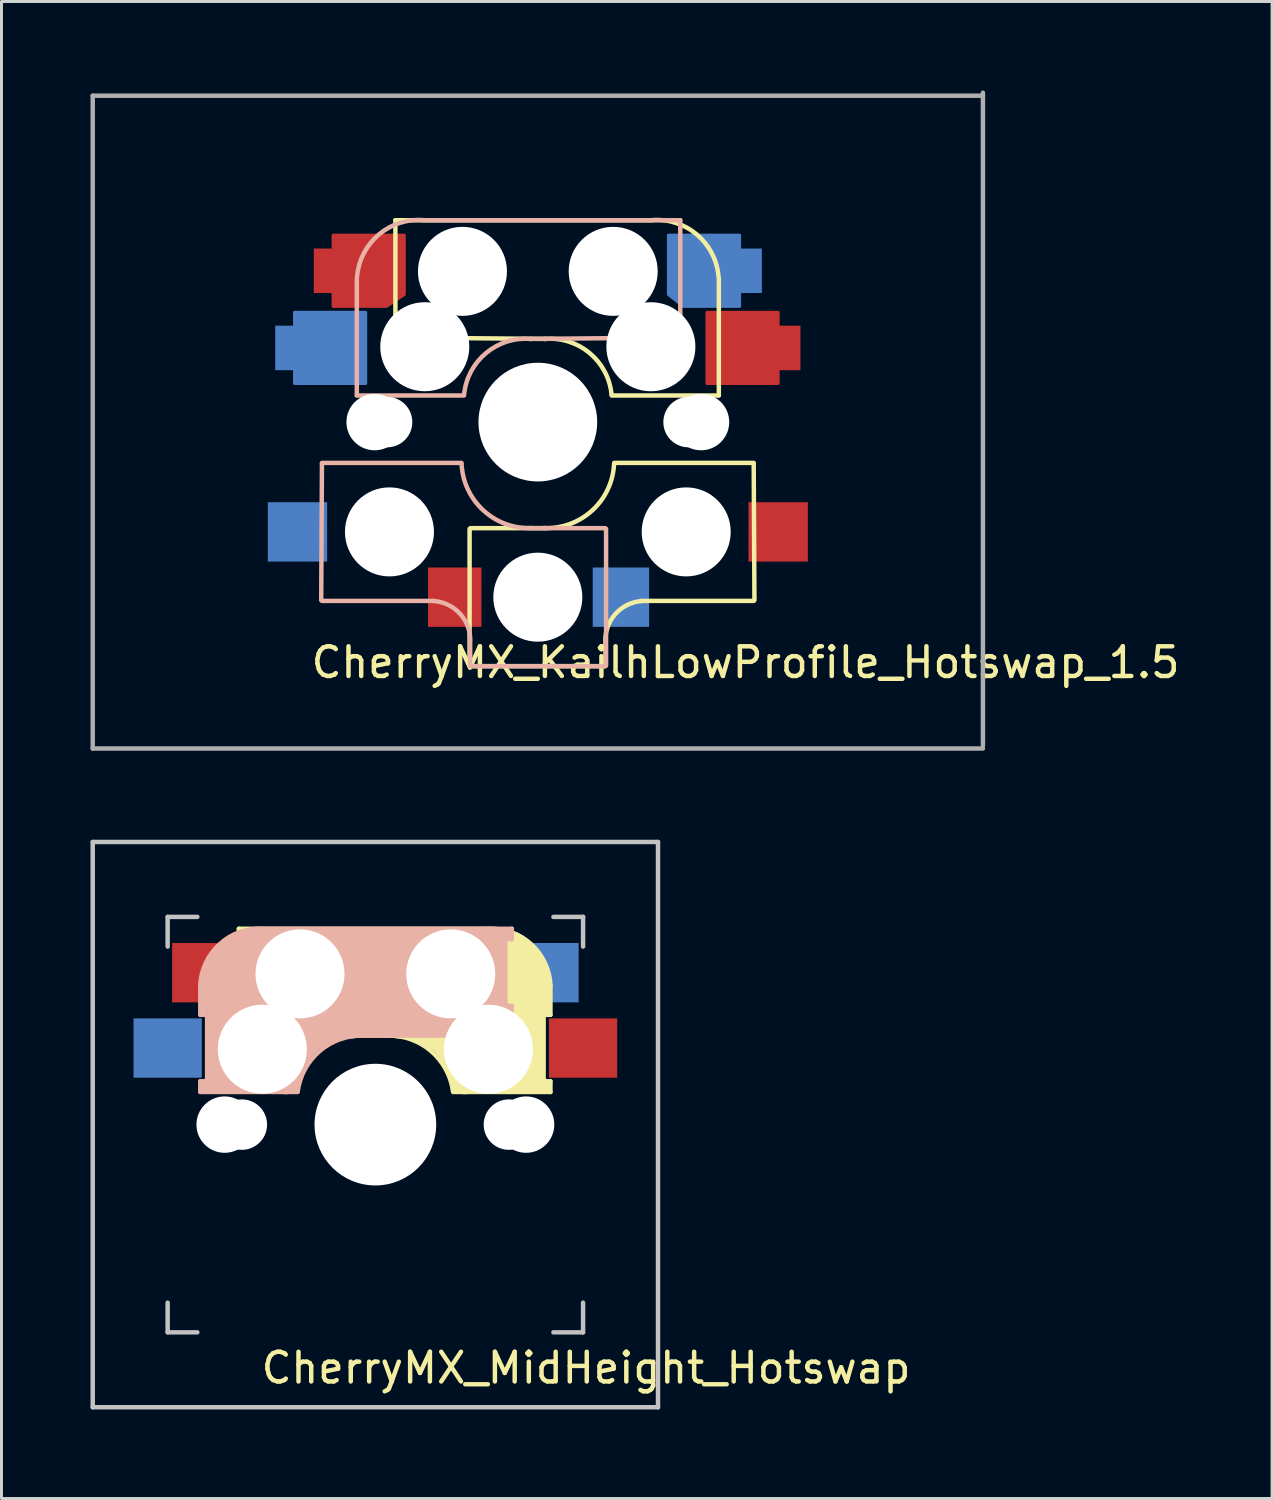
<source format=kicad_pcb>
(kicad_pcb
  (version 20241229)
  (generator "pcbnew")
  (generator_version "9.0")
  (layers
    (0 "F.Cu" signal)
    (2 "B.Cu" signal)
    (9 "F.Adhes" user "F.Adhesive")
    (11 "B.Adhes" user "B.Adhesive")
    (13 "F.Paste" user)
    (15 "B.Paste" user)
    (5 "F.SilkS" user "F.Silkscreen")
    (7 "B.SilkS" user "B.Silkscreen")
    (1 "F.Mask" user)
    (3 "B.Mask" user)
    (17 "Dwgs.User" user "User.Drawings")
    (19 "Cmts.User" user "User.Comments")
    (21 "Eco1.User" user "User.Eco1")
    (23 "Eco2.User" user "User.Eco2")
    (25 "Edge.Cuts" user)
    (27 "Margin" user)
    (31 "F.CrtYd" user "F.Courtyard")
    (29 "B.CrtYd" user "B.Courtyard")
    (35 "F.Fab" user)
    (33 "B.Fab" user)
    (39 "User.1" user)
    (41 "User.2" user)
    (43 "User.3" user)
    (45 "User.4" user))
  (footprint "CherryMX_KailhLowProfile_Hotswap_1.5"
    (layer "F.Cu")
    (at 15.075 11.175)
    (property "Reference" "CherryMX_KailhLowProfile_Hotswap_1.5" (at 7 8.1 0) (layer "F.SilkS") (effects (font (size 1 1) (thickness 0.15))))
    (attr through_hole)
    (fp_line (start -4.8 -6.804) (end 3.825 -6.804) (stroke (width 0.15) (type solid)) (layer "F.SilkS"))
    (fp_line (start -4.8 -2.896) (end -4.8 -6.804) (stroke (width 0.15) (type solid)) (layer "F.SilkS"))
    (fp_line (start -4.8 -2.85) (end 0.25 -2.804) (stroke (width 0.15) (type solid)) (layer "F.SilkS"))
    (fp_line (start -2.3 3.6) (end -2.3 8.2) (stroke (width 0.15) (type solid)) (layer "F.SilkS"))
    (fp_line (start -2.275 3.575) (end 0.275 3.575) (stroke (width 0.15) (type solid)) (layer "F.SilkS"))
    (fp_line (start -2.275 8.225) (end 2.275 8.225) (stroke (width 0.15) (type solid)) (layer "F.SilkS"))
    (fp_line (start 2.28 7.5) (end 2.28 8.2) (stroke (width 0.15) (type solid)) (layer "F.SilkS"))
    (fp_line (start 2.575 1.375) (end 7.275 1.375) (stroke (width 0.15) (type solid)) (layer "F.SilkS"))
    (fp_line (start 3.5 6.025) (end 7.275 6.025) (stroke (width 0.15) (type solid)) (layer "F.SilkS"))
    (fp_line (start 6.1 -4.85) (end 6.1 -0.905) (stroke (width 0.15) (type solid)) (layer "F.SilkS"))
    (fp_line (start 6.1 -0.896) (end 2.49 -0.896) (stroke (width 0.15) (type solid)) (layer "F.SilkS"))
    (fp_line (start 7.275 1.4) (end 7.3 6) (stroke (width 0.15) (type solid)) (layer "F.SilkS"))
    (fp_arc (start 0.225 -2.8) (mid 1.744361 -2.328062) (end 2.485001 -0.920001) (stroke (width 0.15) (type solid)) (layer "F.SilkS"))
    (fp_arc (start 2.279999 7.449999) (mid 2.595908 6.487329) (end 3.5 6.03) (stroke (width 0.15) (type solid)) (layer "F.SilkS"))
    (fp_arc (start 2.57 1.4) (mid 1.834422 2.975843) (end 0.2 3.57) (stroke (width 0.15) (type solid)) (layer "F.SilkS"))
    (fp_arc (start 3.825 -6.804) (mid 5.347189 -6.33089) (end 6.089 -4.92) (stroke (width 0.15) (type solid)) (layer "F.SilkS"))
    (fp_line (start -7.275 1.4) (end -7.3 6) (stroke (width 0.15) (type solid)) (layer "B.SilkS"))
    (fp_line (start -6.1 -4.85) (end -6.1 -0.905) (stroke (width 0.15) (type solid)) (layer "B.SilkS"))
    (fp_line (start -6.1 -0.896) (end -2.49 -0.896) (stroke (width 0.15) (type solid)) (layer "B.SilkS"))
    (fp_line (start -3.5 6.025) (end -7.275 6.025) (stroke (width 0.15) (type solid)) (layer "B.SilkS"))
    (fp_line (start -2.575 1.375) (end -7.275 1.375) (stroke (width 0.15) (type solid)) (layer "B.SilkS"))
    (fp_line (start -2.28 7.5) (end -2.28 8.2) (stroke (width 0.15) (type solid)) (layer "B.SilkS"))
    (fp_line (start 2.275 3.575) (end -0.275 3.575) (stroke (width 0.15) (type solid)) (layer "B.SilkS"))
    (fp_line (start 2.275 8.225) (end -2.275 8.225) (stroke (width 0.15) (type solid)) (layer "B.SilkS"))
    (fp_line (start 2.3 3.6) (end 2.3 8.2) (stroke (width 0.15) (type solid)) (layer "B.SilkS"))
    (fp_line (start 4.8 -6.804) (end -3.825 -6.804) (stroke (width 0.15) (type solid)) (layer "B.SilkS"))
    (fp_line (start 4.8 -2.896) (end 4.8 -6.804) (stroke (width 0.15) (type solid)) (layer "B.SilkS"))
    (fp_line (start 4.8 -2.85) (end -0.25 -2.804) (stroke (width 0.15) (type solid)) (layer "B.SilkS"))
    (fp_arc (start -6.089 -4.92) (mid -5.347189 -6.33089) (end -3.825 -6.804) (stroke (width 0.15) (type solid)) (layer "B.SilkS"))
    (fp_arc (start -3.5 6.03) (mid -2.595908 6.48733) (end -2.28 7.45) (stroke (width 0.15) (type solid)) (layer "B.SilkS"))
    (fp_arc (start -2.484999 -0.920001) (mid -1.74436 -2.328062) (end -0.225 -2.8) (stroke (width 0.15) (type solid)) (layer "B.SilkS"))
    (fp_arc (start -0.2 3.57) (mid -1.834422 2.975843) (end -2.57 1.4) (stroke (width 0.15) (type solid)) (layer "B.SilkS"))
    (fp_line (start -14 -9) (end 14 -9) (stroke (width 0.15) (type solid)) (layer "Eco2.User"))
    (fp_line (start -14 9) (end -14 -9) (stroke (width 0.15) (type solid)) (layer "Eco2.User"))
    (fp_line (start -7 -7) (end 7 -7) (stroke (width 0.15) (type solid)) (layer "Eco2.User"))
    (fp_line (start -7 7) (end -7 -7) (stroke (width 0.15) (type solid)) (layer "Eco2.User"))
    (fp_line (start 7 -7) (end 7 7) (stroke (width 0.15) (type solid)) (layer "Eco2.User"))
    (fp_line (start 7 7) (end -7 7) (stroke (width 0.15) (type solid)) (layer "Eco2.User"))
    (fp_line (start 14 -9) (end 14 9) (stroke (width 0.15) (type solid)) (layer "Eco2.User"))
    (fp_line (start 14 9) (end -14 9) (stroke (width 0.15) (type solid)) (layer "Eco2.User"))
    (fp_line (start -15 -11) (end -15 11) (stroke (width 0.15) (type solid)) (layer "F.Fab"))
    (fp_line (start -15 11) (end 15 11) (stroke (width 0.15) (type solid)) (layer "F.Fab"))
    (fp_line (start 15 -11) (end -15 -11) (stroke (width 0.15) (type solid)) (layer "F.Fab"))
    (fp_line (start 15 10.9) (end 15 -11.1) (stroke (width 0.15) (type solid)) (layer "F.Fab"))
    (pad "" np_thru_hole circle (at -5.5 0 90) (size 1.9 1.9) (drill 1.9) (layers "*.Cu" "*.Mask"))
    (pad "" np_thru_hole circle (at -5.08 0) (size 1.7 1.7) (drill 1.7) (layers "*.Cu" "*.Mask"))
    (pad "" np_thru_hole circle (at -5 3.7 90) (size 3 3) (drill 3) (layers "*.Cu" "*.Mask"))
    (pad "" np_thru_hole circle (at -3.81 -2.54 180) (size 3 3) (drill 3) (layers "*.Cu" "*.Mask"))
    (pad "" np_thru_hole circle (at -2.54 -5.08 180) (size 3 3) (drill 3) (layers "*.Cu" "*.Mask"))
    (pad "" np_thru_hole circle (at 0 0 90) (size 4 4) (drill 4) (layers "*.Cu" "*.Mask"))
    (pad "" np_thru_hole circle (at 0 5.9 90) (size 3 3) (drill 3) (layers "*.Cu" "*.Mask"))
    (pad "" np_thru_hole circle (at 2.54 -5.08 180) (size 3 3) (drill 3) (layers "*.Cu" "*.Mask"))
    (pad "" np_thru_hole circle (at 3.81 -2.54 180) (size 3 3) (drill 3) (layers "*.Cu" "*.Mask"))
    (pad "" np_thru_hole circle (at 5 3.7 270) (size 3 3) (drill 3) (layers "*.Cu" "*.Mask"))
    (pad "" np_thru_hole circle (at 5.08 0) (size 1.7 1.7) (drill 1.7) (layers "*.Cu" "*.Mask"))
    (pad "" np_thru_hole circle (at 5.5 0 90) (size 1.9 1.9) (drill 1.9) (layers "*.Cu" "*.Mask"))
    (pad "1" smd custom (at -8.5 -2.5) (size 0.7 1.5) (layers "B.Cu" "B.Mask" "B.Paste") (options (anchor rect)) (primitives (gr_poly (pts (xy 0.3 -1.2) (xy 2.7 -1.2) (xy 2.7 1.2) (xy 0.3 1.2)) (width 0.1) (fill yes))))
    (pad "1" smd rect (at -8.1 3.7 180) (size 2 2) (layers "B.Cu" "B.Mask" "B.Paste"))
    (pad "1" smd custom (at -7.2 -5.1) (size 0.7 1.5) (layers "F.Cu" "F.Mask" "F.Paste") (options (anchor rect)) (primitives (gr_poly (pts (xy 0.3 -1.2) (xy 0.3 1.2) (xy 2.1 1.2) (xy 2.7 0.8) (xy 2.7 -1.2)) (width 0.1) (fill yes))))
    (pad "1" smd rect (at 8.1 3.7 180) (size 2 2) (layers "F.Cu" "F.Mask" "F.Paste"))
    (pad "2" smd rect (at -2.8 5.9 180) (size 1.8 2) (layers "F.Cu" "F.Mask" "F.Paste"))
    (pad "2" smd rect (at 2.8 5.9 180) (size 1.9 2) (layers "B.Cu" "B.Mask" "B.Paste"))
    (pad "2" smd custom (at 7.2 -5.1) (size 0.7 1.5) (layers "B.Cu" "B.Mask" "B.Paste") (options (anchor rect)) (primitives (gr_poly (pts (xy -0.4 -1.2) (xy -2.8 -1.2) (xy -2.8 0.8) (xy -2.3 1.2) (xy -0.4 1.2)) (width 0.1) (fill yes))))
    (pad "2" smd custom (at 8.5 -2.5) (size 0.7 1.5) (layers "F.Cu" "F.Mask" "F.Paste") (options (anchor rect)) (primitives (gr_poly (pts (xy -2.8 -1.2) (xy -0.4 -1.2) (xy -0.4 1.2) (xy -2.8 1.2)) (width 0.1) (fill yes)))))
  (footprint "CherryMX_MidHeight_Hotswap"
    (layer "F.Cu")
    (at 9.6 34.85)
    (property "Reference" "CherryMX_MidHeight_Hotswap" (at 7.1 8.2 0) (layer "F.SilkS") (effects (font (size 1 1) (thickness 0.15))))
    (attr through_hole)
    (fp_line (start -4.6 -6.6) (end 3.8 -6.6) (stroke (width 0.15) (type solid)) (layer "F.SilkS"))
    (fp_line (start -4.6 -6.25) (end -4.6 -6.6) (stroke (width 0.15) (type solid)) (layer "F.SilkS"))
    (fp_line (start -4.6 -4) (end -4.4 -4) (stroke (width 0.15) (type solid)) (layer "F.SilkS"))
    (fp_line (start -4.6 -3) (end -4.6 -4) (stroke (width 0.15) (type solid)) (layer "F.SilkS"))
    (fp_line (start -4.4 -6.4) (end -3 -6.4) (stroke (width 0.4) (type solid)) (layer "F.SilkS"))
    (fp_line (start -4.4 -6.25) (end -4.6 -6.25) (stroke (width 0.15) (type solid)) (layer "F.SilkS"))
    (fp_line (start -4.4 -3.9) (end -4.4 -3.2) (stroke (width 0.4) (type solid)) (layer "F.SilkS"))
    (fp_line (start -4.38 -4) (end -4.38 -6.25) (stroke (width 0.15) (type solid)) (layer "F.SilkS"))
    (fp_line (start -4.3 -3.3) (end -2.9 -3.3) (stroke (width 0.5) (type solid)) (layer "F.SilkS"))
    (fp_line (start -3.9 -6) (end -3.9 -3.5) (stroke (width 1) (type solid)) (layer "F.SilkS"))
    (fp_line (start -2.6 -4.8) (end 4.1 -4.8) (stroke (width 3.5) (type solid)) (layer "F.SilkS"))
    (fp_line (start 0.4 -3) (end -4.6 -3) (stroke (width 0.15) (type solid)) (layer "F.SilkS"))
    (fp_line (start 4.17 -5.1) (end 4.17 -2.86) (stroke (width 3) (type solid)) (layer "F.SilkS"))
    (fp_line (start 5.3 -1.6) (end 5.3 -3.4) (stroke (width 0.8) (type solid)) (layer "F.SilkS"))
    (fp_line (start 5.67 -3.7) (end 5.67 -1.46) (stroke (width 0.15) (type solid)) (layer "F.SilkS"))
    (fp_line (start 5.7 -1.46) (end 5.9 -1.46) (stroke (width 0.15) (type solid)) (layer "F.SilkS"))
    (fp_line (start 5.7 -1.3) (end 3 -1.3) (stroke (width 0.5) (type solid)) (layer "F.SilkS"))
    (fp_line (start 5.8 -3.8) (end 5.8 -4.7) (stroke (width 0.3) (type solid)) (layer "F.SilkS"))
    (fp_line (start 5.9 -4.7) (end 5.9 -3.7) (stroke (width 0.15) (type solid)) (layer "F.SilkS"))
    (fp_line (start 5.9 -3.7) (end 5.7 -3.7) (stroke (width 0.15) (type solid)) (layer "F.SilkS"))
    (fp_line (start 5.9 -1.1) (end 2.62 -1.1) (stroke (width 0.15) (type solid)) (layer "F.SilkS"))
    (fp_line (start 5.9 -1.1) (end 5.9 -1.46) (stroke (width 0.15) (type solid)) (layer "F.SilkS"))
    (fp_arc (start 0.4 -3) (mid 1.868709 -2.486118) (end 2.616318 -1.121471) (stroke (width 0.15) (type solid)) (layer "F.SilkS"))
    (fp_arc (start 0.8 -3.4) (mid 2.268709 -2.886118) (end 3.016318 -1.521471) (stroke (width 1) (type solid)) (layer "F.SilkS"))
    (fp_arc (start 3.8 -6.600001) (mid 5.243504 -6.084925) (end 5.900001 -4.7) (stroke (width 0.15) (type solid)) (layer "F.SilkS"))
    (fp_line (start -5.9 -4.7) (end -5.9 -3.7) (stroke (width 0.15) (type solid)) (layer "B.SilkS"))
    (fp_line (start -5.9 -3.7) (end -5.7 -3.7) (stroke (width 0.15) (type solid)) (layer "B.SilkS"))
    (fp_line (start -5.9 -1.1) (end -5.9 -1.46) (stroke (width 0.15) (type solid)) (layer "B.SilkS"))
    (fp_line (start -5.9 -1.1) (end -2.62 -1.1) (stroke (width 0.15) (type solid)) (layer "B.SilkS"))
    (fp_line (start -5.8 -3.8) (end -5.8 -4.7) (stroke (width 0.3) (type solid)) (layer "B.SilkS"))
    (fp_line (start -5.7 -1.46) (end -5.9 -1.46) (stroke (width 0.15) (type solid)) (layer "B.SilkS"))
    (fp_line (start -5.7 -1.3) (end -3 -1.3) (stroke (width 0.5) (type solid)) (layer "B.SilkS"))
    (fp_line (start -5.67 -3.7) (end -5.67 -1.46) (stroke (width 0.15) (type solid)) (layer "B.SilkS"))
    (fp_line (start -5.3 -1.6) (end -5.3 -3.4) (stroke (width 0.8) (type solid)) (layer "B.SilkS"))
    (fp_line (start -4.17 -5.1) (end -4.17 -2.86) (stroke (width 3) (type solid)) (layer "B.SilkS"))
    (fp_line (start -0.4 -3) (end 4.6 -3) (stroke (width 0.15) (type solid)) (layer "B.SilkS"))
    (fp_line (start 2.6 -4.8) (end -4.1 -4.8) (stroke (width 3.5) (type solid)) (layer "B.SilkS"))
    (fp_line (start 3.9 -6) (end 3.9 -3.5) (stroke (width 1) (type solid)) (layer "B.SilkS"))
    (fp_line (start 4.3 -3.3) (end 2.9 -3.3) (stroke (width 0.5) (type solid)) (layer "B.SilkS"))
    (fp_line (start 4.38 -4) (end 4.38 -6.25) (stroke (width 0.15) (type solid)) (layer "B.SilkS"))
    (fp_line (start 4.4 -6.4) (end 3 -6.4) (stroke (width 0.4) (type solid)) (layer "B.SilkS"))
    (fp_line (start 4.4 -6.25) (end 4.6 -6.25) (stroke (width 0.15) (type solid)) (layer "B.SilkS"))
    (fp_line (start 4.4 -3.9) (end 4.4 -3.2) (stroke (width 0.4) (type solid)) (layer "B.SilkS"))
    (fp_line (start 4.6 -6.6) (end -3.8 -6.6) (stroke (width 0.15) (type solid)) (layer "B.SilkS"))
    (fp_line (start 4.6 -6.25) (end 4.6 -6.6) (stroke (width 0.15) (type solid)) (layer "B.SilkS"))
    (fp_line (start 4.6 -4) (end 4.4 -4) (stroke (width 0.15) (type solid)) (layer "B.SilkS"))
    (fp_line (start 4.6 -3) (end 4.6 -4) (stroke (width 0.15) (type solid)) (layer "B.SilkS"))
    (fp_arc (start -5.9 -4.699999) (mid -5.243504 -6.084924) (end -3.800001 -6.6) (stroke (width 0.15) (type solid)) (layer "B.SilkS"))
    (fp_arc (start -3.016318 -1.521471) (mid -2.268709 -2.886118) (end -0.8 -3.4) (stroke (width 1) (type solid)) (layer "B.SilkS"))
    (fp_arc (start -2.616318 -1.121471) (mid -1.868709 -2.486118) (end -0.4 -3) (stroke (width 0.15) (type solid)) (layer "B.SilkS"))
    (fp_line (start -9.525 -9.525) (end 9.525 -9.525) (stroke (width 0.15) (type solid)) (layer "Dwgs.User"))
    (fp_line (start -9.525 9.525) (end -9.525 -9.525) (stroke (width 0.15) (type solid)) (layer "Dwgs.User"))
    (fp_line (start -7 -7) (end -6 -7) (stroke (width 0.15) (type solid)) (layer "Dwgs.User"))
    (fp_line (start -7 -6) (end -7 -7) (stroke (width 0.15) (type solid)) (layer "Dwgs.User"))
    (fp_line (start -7 6) (end -7 7) (stroke (width 0.15) (type solid)) (layer "Dwgs.User"))
    (fp_line (start -7 7) (end -6 7) (stroke (width 0.15) (type solid)) (layer "Dwgs.User"))
    (fp_line (start 6 7) (end 7 7) (stroke (width 0.15) (type solid)) (layer "Dwgs.User"))
    (fp_line (start 7 -7) (end 6 -7) (stroke (width 0.15) (type solid)) (layer "Dwgs.User"))
    (fp_line (start 7 -7) (end 7 -6) (stroke (width 0.15) (type solid)) (layer "Dwgs.User"))
    (fp_line (start 7 7) (end 7 6) (stroke (width 0.15) (type solid)) (layer "Dwgs.User"))
    (fp_line (start 9.525 -9.525) (end 9.525 9.525) (stroke (width 0.15) (type solid)) (layer "Dwgs.User"))
    (fp_line (start 9.525 9.525) (end -9.525 9.525) (stroke (width 0.15) (type solid)) (layer "Dwgs.User"))
    (pad "" np_thru_hole circle (at -5.08 0) (size 1.9 1.9) (drill 1.9) (layers "*.Cu" "*.Mask"))
    (pad "" np_thru_hole circle (at -4.5 0) (size 1.7 1.7) (drill 1.7) (layers "*.Cu" "*.Mask"))
    (pad "" np_thru_hole circle (at -3.81 -2.54 180) (size 3 3) (drill 3) (layers "*.Cu" "*.Mask"))
    (pad "" np_thru_hole circle (at -2.54 -5.08 180) (size 3 3) (drill 3) (layers "*.Cu" "*.Mask"))
    (pad "" np_thru_hole circle (at 0 0 90) (size 4.1 4.1) (drill 4.1) (layers "*.Cu" "*.Mask"))
    (pad "" np_thru_hole circle (at 2.54 -5.08 180) (size 3 3) (drill 3) (layers "*.Cu" "*.Mask"))
    (pad "" np_thru_hole circle (at 3.81 -2.54 180) (size 3 3) (drill 3) (layers "*.Cu" "*.Mask"))
    (pad "" np_thru_hole circle (at 4.5 0) (size 1.7 1.7) (drill 1.7) (layers "*.Cu" "*.Mask"))
    (pad "" np_thru_hole circle (at 5.08 0) (size 1.9 1.9) (drill 1.9) (layers "*.Cu" "*.Mask"))
    (pad "1" smd rect (at -7 -2.58 180) (size 2.3 2) (layers "B.Cu" "B.Mask" "B.Paste"))
    (pad "1" smd rect (at 7 -2.58 180) (size 2.3 2) (layers "F.Cu" "F.Mask" "F.Paste"))
    (pad "2" smd rect (at -5.7 -5.12 180) (size 2.3 2) (layers "F.Cu" "F.Mask" "F.Paste"))
    (pad "2" smd rect (at 5.7 -5.12 180) (size 2.3 2) (layers "B.Cu" "B.Mask" "B.Paste")))
  (gr_rect
    (start -3 -3)
    (end 39.819 47.45)
    (stroke (width 0.1) (type default))
    (fill no)
    (layer "Edge.Cuts")))
</source>
